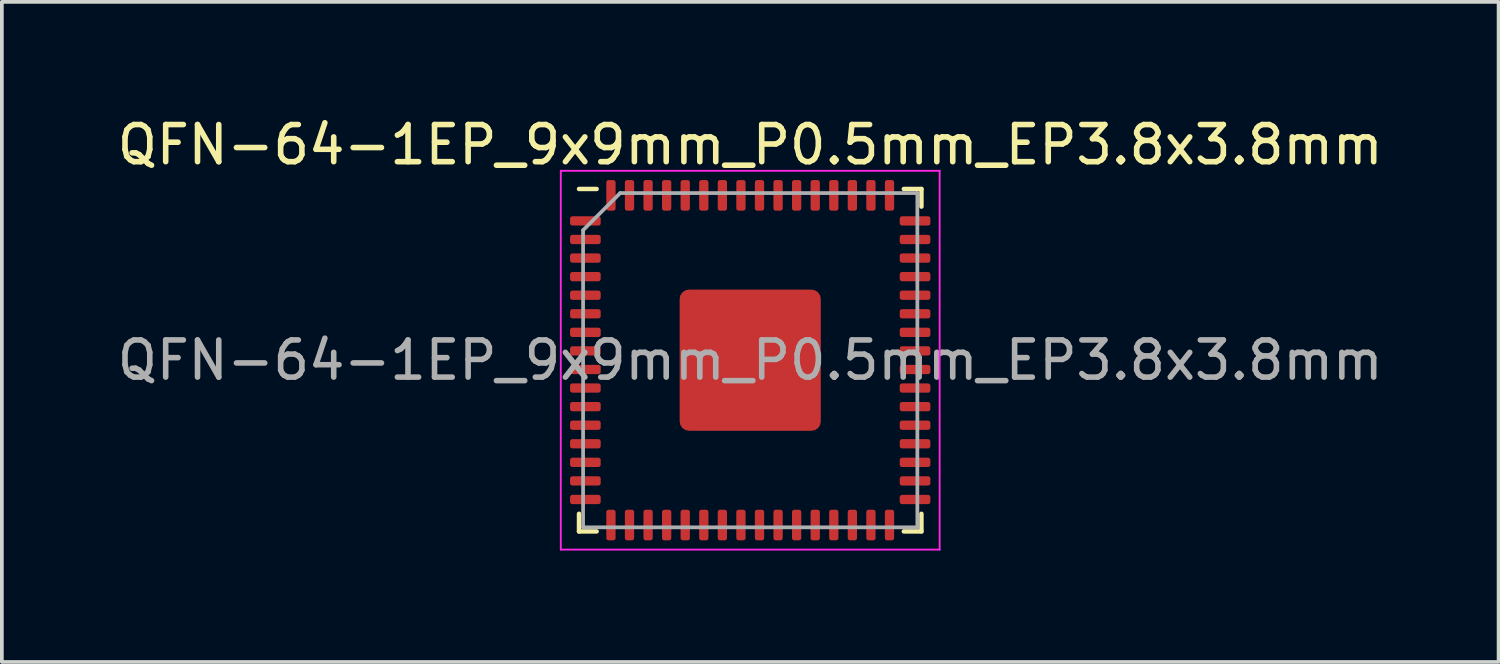
<source format=kicad_pcb>
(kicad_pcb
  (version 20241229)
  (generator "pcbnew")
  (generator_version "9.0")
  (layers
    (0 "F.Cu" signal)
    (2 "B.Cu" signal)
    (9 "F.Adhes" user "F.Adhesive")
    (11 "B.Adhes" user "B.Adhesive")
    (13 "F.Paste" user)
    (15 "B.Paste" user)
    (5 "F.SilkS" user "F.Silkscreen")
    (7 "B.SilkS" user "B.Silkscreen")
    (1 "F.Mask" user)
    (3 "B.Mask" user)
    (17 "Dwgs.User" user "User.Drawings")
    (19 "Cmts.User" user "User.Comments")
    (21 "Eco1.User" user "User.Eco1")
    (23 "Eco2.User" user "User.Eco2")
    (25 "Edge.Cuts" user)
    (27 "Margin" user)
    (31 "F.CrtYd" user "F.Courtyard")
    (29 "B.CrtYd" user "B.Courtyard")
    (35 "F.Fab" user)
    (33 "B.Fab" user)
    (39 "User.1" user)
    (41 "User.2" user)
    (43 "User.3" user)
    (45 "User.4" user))
  (footprint "QFN-64-1EP_9x9mm_P0.5mm_EP3.8x3.8mm"
    (layer "F.Cu")
    (at 17.149 6.648)
    (property "Reference" "QFN-64-1EP_9x9mm_P0.5mm_EP3.8x3.8mm" (at 0 -5.8 0) (layer "F.SilkS") (effects (font (size 1 1) (thickness 0.15))))
    (attr smd)
    (fp_line (start -4.61 4.61) (end -4.61 4.135) (stroke (width 0.12) (type solid)) (layer "F.SilkS"))
    (fp_line (start -4.135 -4.61) (end -4.61 -4.61) (stroke (width 0.12) (type solid)) (layer "F.SilkS"))
    (fp_line (start -4.135 4.61) (end -4.61 4.61) (stroke (width 0.12) (type solid)) (layer "F.SilkS"))
    (fp_line (start 4.135 -4.61) (end 4.61 -4.61) (stroke (width 0.12) (type solid)) (layer "F.SilkS"))
    (fp_line (start 4.135 4.61) (end 4.61 4.61) (stroke (width 0.12) (type solid)) (layer "F.SilkS"))
    (fp_line (start 4.61 -4.61) (end 4.61 -4.135) (stroke (width 0.12) (type solid)) (layer "F.SilkS"))
    (fp_line (start 4.61 4.61) (end 4.61 4.135) (stroke (width 0.12) (type solid)) (layer "F.SilkS"))
    (fp_line (start -5.1 -5.1) (end -5.1 5.1) (stroke (width 0.05) (type solid)) (layer "F.CrtYd"))
    (fp_line (start -5.1 5.1) (end 5.1 5.1) (stroke (width 0.05) (type solid)) (layer "F.CrtYd"))
    (fp_line (start 5.1 -5.1) (end -5.1 -5.1) (stroke (width 0.05) (type solid)) (layer "F.CrtYd"))
    (fp_line (start 5.1 5.1) (end 5.1 -5.1) (stroke (width 0.05) (type solid)) (layer "F.CrtYd"))
    (fp_line (start -4.5 -3.5) (end -3.5 -4.5) (stroke (width 0.1) (type solid)) (layer "F.Fab"))
    (fp_line (start -4.5 4.5) (end -4.5 -3.5) (stroke (width 0.1) (type solid)) (layer "F.Fab"))
    (fp_line (start -3.5 -4.5) (end 4.5 -4.5) (stroke (width 0.1) (type solid)) (layer "F.Fab"))
    (fp_line (start 4.5 -4.5) (end 4.5 4.5) (stroke (width 0.1) (type solid)) (layer "F.Fab"))
    (fp_line (start 4.5 4.5) (end -4.5 4.5) (stroke (width 0.1) (type solid)) (layer "F.Fab"))
    (fp_text user "${REFERENCE}" (at 0 0 0) (layer "F.Fab") (effects (font (size 1 1) (thickness 0.15))))
    (pad "" smd roundrect (at -1.27 -1.27) (size 1.02 1.02) (layers "F.Paste") (roundrect_rratio 0.245))
    (pad "" smd roundrect (at -1.27 0) (size 1.02 1.02) (layers "F.Paste") (roundrect_rratio 0.245))
    (pad "" smd roundrect (at -1.27 1.27) (size 1.02 1.02) (layers "F.Paste") (roundrect_rratio 0.245))
    (pad "" smd roundrect (at 0 -1.27) (size 1.02 1.02) (layers "F.Paste") (roundrect_rratio 0.245))
    (pad "" smd roundrect (at 0 0) (size 1.02 1.02) (layers "F.Paste") (roundrect_rratio 0.245))
    (pad "" smd roundrect (at 0 1.27) (size 1.02 1.02) (layers "F.Paste") (roundrect_rratio 0.245))
    (pad "" smd roundrect (at 1.27 -1.27) (size 1.02 1.02) (layers "F.Paste") (roundrect_rratio 0.245))
    (pad "" smd roundrect (at 1.27 0) (size 1.02 1.02) (layers "F.Paste") (roundrect_rratio 0.245))
    (pad "" smd roundrect (at 1.27 1.27) (size 1.02 1.02) (layers "F.Paste") (roundrect_rratio 0.245))
    (pad "1" smd roundrect (at -4.438 -3.75) (size 0.825 0.25) (layers "F.Cu" "F.Mask" "F.Paste") (roundrect_rratio 0.25))
    (pad "2" smd roundrect (at -4.438 -3.25) (size 0.825 0.25) (layers "F.Cu" "F.Mask" "F.Paste") (roundrect_rratio 0.25))
    (pad "3" smd roundrect (at -4.438 -2.75) (size 0.825 0.25) (layers "F.Cu" "F.Mask" "F.Paste") (roundrect_rratio 0.25))
    (pad "4" smd roundrect (at -4.438 -2.25) (size 0.825 0.25) (layers "F.Cu" "F.Mask" "F.Paste") (roundrect_rratio 0.25))
    (pad "5" smd roundrect (at -4.438 -1.75) (size 0.825 0.25) (layers "F.Cu" "F.Mask" "F.Paste") (roundrect_rratio 0.25))
    (pad "6" smd roundrect (at -4.438 -1.25) (size 0.825 0.25) (layers "F.Cu" "F.Mask" "F.Paste") (roundrect_rratio 0.25))
    (pad "7" smd roundrect (at -4.438 -0.75) (size 0.825 0.25) (layers "F.Cu" "F.Mask" "F.Paste") (roundrect_rratio 0.25))
    (pad "8" smd roundrect (at -4.438 -0.25) (size 0.825 0.25) (layers "F.Cu" "F.Mask" "F.Paste") (roundrect_rratio 0.25))
    (pad "9" smd roundrect (at -4.438 0.25) (size 0.825 0.25) (layers "F.Cu" "F.Mask" "F.Paste") (roundrect_rratio 0.25))
    (pad "10" smd roundrect (at -4.438 0.75) (size 0.825 0.25) (layers "F.Cu" "F.Mask" "F.Paste") (roundrect_rratio 0.25))
    (pad "11" smd roundrect (at -4.438 1.25) (size 0.825 0.25) (layers "F.Cu" "F.Mask" "F.Paste") (roundrect_rratio 0.25))
    (pad "12" smd roundrect (at -4.438 1.75) (size 0.825 0.25) (layers "F.Cu" "F.Mask" "F.Paste") (roundrect_rratio 0.25))
    (pad "13" smd roundrect (at -4.438 2.25) (size 0.825 0.25) (layers "F.Cu" "F.Mask" "F.Paste") (roundrect_rratio 0.25))
    (pad "14" smd roundrect (at -4.438 2.75) (size 0.825 0.25) (layers "F.Cu" "F.Mask" "F.Paste") (roundrect_rratio 0.25))
    (pad "15" smd roundrect (at -4.438 3.25) (size 0.825 0.25) (layers "F.Cu" "F.Mask" "F.Paste") (roundrect_rratio 0.25))
    (pad "16" smd roundrect (at -4.438 3.75) (size 0.825 0.25) (layers "F.Cu" "F.Mask" "F.Paste") (roundrect_rratio 0.25))
    (pad "17" smd roundrect (at -3.75 4.438) (size 0.25 0.825) (layers "F.Cu" "F.Mask" "F.Paste") (roundrect_rratio 0.25))
    (pad "18" smd roundrect (at -3.25 4.438) (size 0.25 0.825) (layers "F.Cu" "F.Mask" "F.Paste") (roundrect_rratio 0.25))
    (pad "19" smd roundrect (at -2.75 4.438) (size 0.25 0.825) (layers "F.Cu" "F.Mask" "F.Paste") (roundrect_rratio 0.25))
    (pad "20" smd roundrect (at -2.25 4.438) (size 0.25 0.825) (layers "F.Cu" "F.Mask" "F.Paste") (roundrect_rratio 0.25))
    (pad "21" smd roundrect (at -1.75 4.438) (size 0.25 0.825) (layers "F.Cu" "F.Mask" "F.Paste") (roundrect_rratio 0.25))
    (pad "22" smd roundrect (at -1.25 4.438) (size 0.25 0.825) (layers "F.Cu" "F.Mask" "F.Paste") (roundrect_rratio 0.25))
    (pad "23" smd roundrect (at -0.75 4.438) (size 0.25 0.825) (layers "F.Cu" "F.Mask" "F.Paste") (roundrect_rratio 0.25))
    (pad "24" smd roundrect (at -0.25 4.438) (size 0.25 0.825) (layers "F.Cu" "F.Mask" "F.Paste") (roundrect_rratio 0.25))
    (pad "25" smd roundrect (at 0.25 4.438) (size 0.25 0.825) (layers "F.Cu" "F.Mask" "F.Paste") (roundrect_rratio 0.25))
    (pad "26" smd roundrect (at 0.75 4.438) (size 0.25 0.825) (layers "F.Cu" "F.Mask" "F.Paste") (roundrect_rratio 0.25))
    (pad "27" smd roundrect (at 1.25 4.438) (size 0.25 0.825) (layers "F.Cu" "F.Mask" "F.Paste") (roundrect_rratio 0.25))
    (pad "28" smd roundrect (at 1.75 4.438) (size 0.25 0.825) (layers "F.Cu" "F.Mask" "F.Paste") (roundrect_rratio 0.25))
    (pad "29" smd roundrect (at 2.25 4.438) (size 0.25 0.825) (layers "F.Cu" "F.Mask" "F.Paste") (roundrect_rratio 0.25))
    (pad "30" smd roundrect (at 2.75 4.438) (size 0.25 0.825) (layers "F.Cu" "F.Mask" "F.Paste") (roundrect_rratio 0.25))
    (pad "31" smd roundrect (at 3.25 4.438) (size 0.25 0.825) (layers "F.Cu" "F.Mask" "F.Paste") (roundrect_rratio 0.25))
    (pad "32" smd roundrect (at 3.75 4.438) (size 0.25 0.825) (layers "F.Cu" "F.Mask" "F.Paste") (roundrect_rratio 0.25))
    (pad "33" smd roundrect (at 4.438 3.75) (size 0.825 0.25) (layers "F.Cu" "F.Mask" "F.Paste") (roundrect_rratio 0.25))
    (pad "34" smd roundrect (at 4.438 3.25) (size 0.825 0.25) (layers "F.Cu" "F.Mask" "F.Paste") (roundrect_rratio 0.25))
    (pad "35" smd roundrect (at 4.438 2.75) (size 0.825 0.25) (layers "F.Cu" "F.Mask" "F.Paste") (roundrect_rratio 0.25))
    (pad "36" smd roundrect (at 4.438 2.25) (size 0.825 0.25) (layers "F.Cu" "F.Mask" "F.Paste") (roundrect_rratio 0.25))
    (pad "37" smd roundrect (at 4.438 1.75) (size 0.825 0.25) (layers "F.Cu" "F.Mask" "F.Paste") (roundrect_rratio 0.25))
    (pad "38" smd roundrect (at 4.438 1.25) (size 0.825 0.25) (layers "F.Cu" "F.Mask" "F.Paste") (roundrect_rratio 0.25))
    (pad "39" smd roundrect (at 4.438 0.75) (size 0.825 0.25) (layers "F.Cu" "F.Mask" "F.Paste") (roundrect_rratio 0.25))
    (pad "40" smd roundrect (at 4.438 0.25) (size 0.825 0.25) (layers "F.Cu" "F.Mask" "F.Paste") (roundrect_rratio 0.25))
    (pad "41" smd roundrect (at 4.438 -0.25) (size 0.825 0.25) (layers "F.Cu" "F.Mask" "F.Paste") (roundrect_rratio 0.25))
    (pad "42" smd roundrect (at 4.438 -0.75) (size 0.825 0.25) (layers "F.Cu" "F.Mask" "F.Paste") (roundrect_rratio 0.25))
    (pad "43" smd roundrect (at 4.438 -1.25) (size 0.825 0.25) (layers "F.Cu" "F.Mask" "F.Paste") (roundrect_rratio 0.25))
    (pad "44" smd roundrect (at 4.438 -1.75) (size 0.825 0.25) (layers "F.Cu" "F.Mask" "F.Paste") (roundrect_rratio 0.25))
    (pad "45" smd roundrect (at 4.438 -2.25) (size 0.825 0.25) (layers "F.Cu" "F.Mask" "F.Paste") (roundrect_rratio 0.25))
    (pad "46" smd roundrect (at 4.438 -2.75) (size 0.825 0.25) (layers "F.Cu" "F.Mask" "F.Paste") (roundrect_rratio 0.25))
    (pad "47" smd roundrect (at 4.438 -3.25) (size 0.825 0.25) (layers "F.Cu" "F.Mask" "F.Paste") (roundrect_rratio 0.25))
    (pad "48" smd roundrect (at 4.438 -3.75) (size 0.825 0.25) (layers "F.Cu" "F.Mask" "F.Paste") (roundrect_rratio 0.25))
    (pad "49" smd roundrect (at 3.75 -4.438) (size 0.25 0.825) (layers "F.Cu" "F.Mask" "F.Paste") (roundrect_rratio 0.25))
    (pad "50" smd roundrect (at 3.25 -4.438) (size 0.25 0.825) (layers "F.Cu" "F.Mask" "F.Paste") (roundrect_rratio 0.25))
    (pad "51" smd roundrect (at 2.75 -4.438) (size 0.25 0.825) (layers "F.Cu" "F.Mask" "F.Paste") (roundrect_rratio 0.25))
    (pad "52" smd roundrect (at 2.25 -4.438) (size 0.25 0.825) (layers "F.Cu" "F.Mask" "F.Paste") (roundrect_rratio 0.25))
    (pad "53" smd roundrect (at 1.75 -4.438) (size 0.25 0.825) (layers "F.Cu" "F.Mask" "F.Paste") (roundrect_rratio 0.25))
    (pad "54" smd roundrect (at 1.25 -4.438) (size 0.25 0.825) (layers "F.Cu" "F.Mask" "F.Paste") (roundrect_rratio 0.25))
    (pad "55" smd roundrect (at 0.75 -4.438) (size 0.25 0.825) (layers "F.Cu" "F.Mask" "F.Paste") (roundrect_rratio 0.25))
    (pad "56" smd roundrect (at 0.25 -4.438) (size 0.25 0.825) (layers "F.Cu" "F.Mask" "F.Paste") (roundrect_rratio 0.25))
    (pad "57" smd roundrect (at -0.25 -4.438) (size 0.25 0.825) (layers "F.Cu" "F.Mask" "F.Paste") (roundrect_rratio 0.25))
    (pad "58" smd roundrect (at -0.75 -4.438) (size 0.25 0.825) (layers "F.Cu" "F.Mask" "F.Paste") (roundrect_rratio 0.25))
    (pad "59" smd roundrect (at -1.25 -4.438) (size 0.25 0.825) (layers "F.Cu" "F.Mask" "F.Paste") (roundrect_rratio 0.25))
    (pad "60" smd roundrect (at -1.75 -4.438) (size 0.25 0.825) (layers "F.Cu" "F.Mask" "F.Paste") (roundrect_rratio 0.25))
    (pad "61" smd roundrect (at -2.25 -4.438) (size 0.25 0.825) (layers "F.Cu" "F.Mask" "F.Paste") (roundrect_rratio 0.25))
    (pad "62" smd roundrect (at -2.75 -4.438) (size 0.25 0.825) (layers "F.Cu" "F.Mask" "F.Paste") (roundrect_rratio 0.25))
    (pad "63" smd roundrect (at -3.25 -4.438) (size 0.25 0.825) (layers "F.Cu" "F.Mask" "F.Paste") (roundrect_rratio 0.25))
    (pad "64" smd roundrect (at -3.75 -4.438) (size 0.25 0.825) (layers "F.Cu" "F.Mask" "F.Paste") (roundrect_rratio 0.25))
    (pad "65" smd roundrect (at 0 0) (size 3.8 3.8) (layers "F.Cu" "F.Mask") (roundrect_rratio 0.066)))
  (gr_rect
    (start -3 -3)
    (end 37.298 14.773)
    (stroke (width 0.1) (type default))
    (fill no)
    (layer "Edge.Cuts")))
</source>
